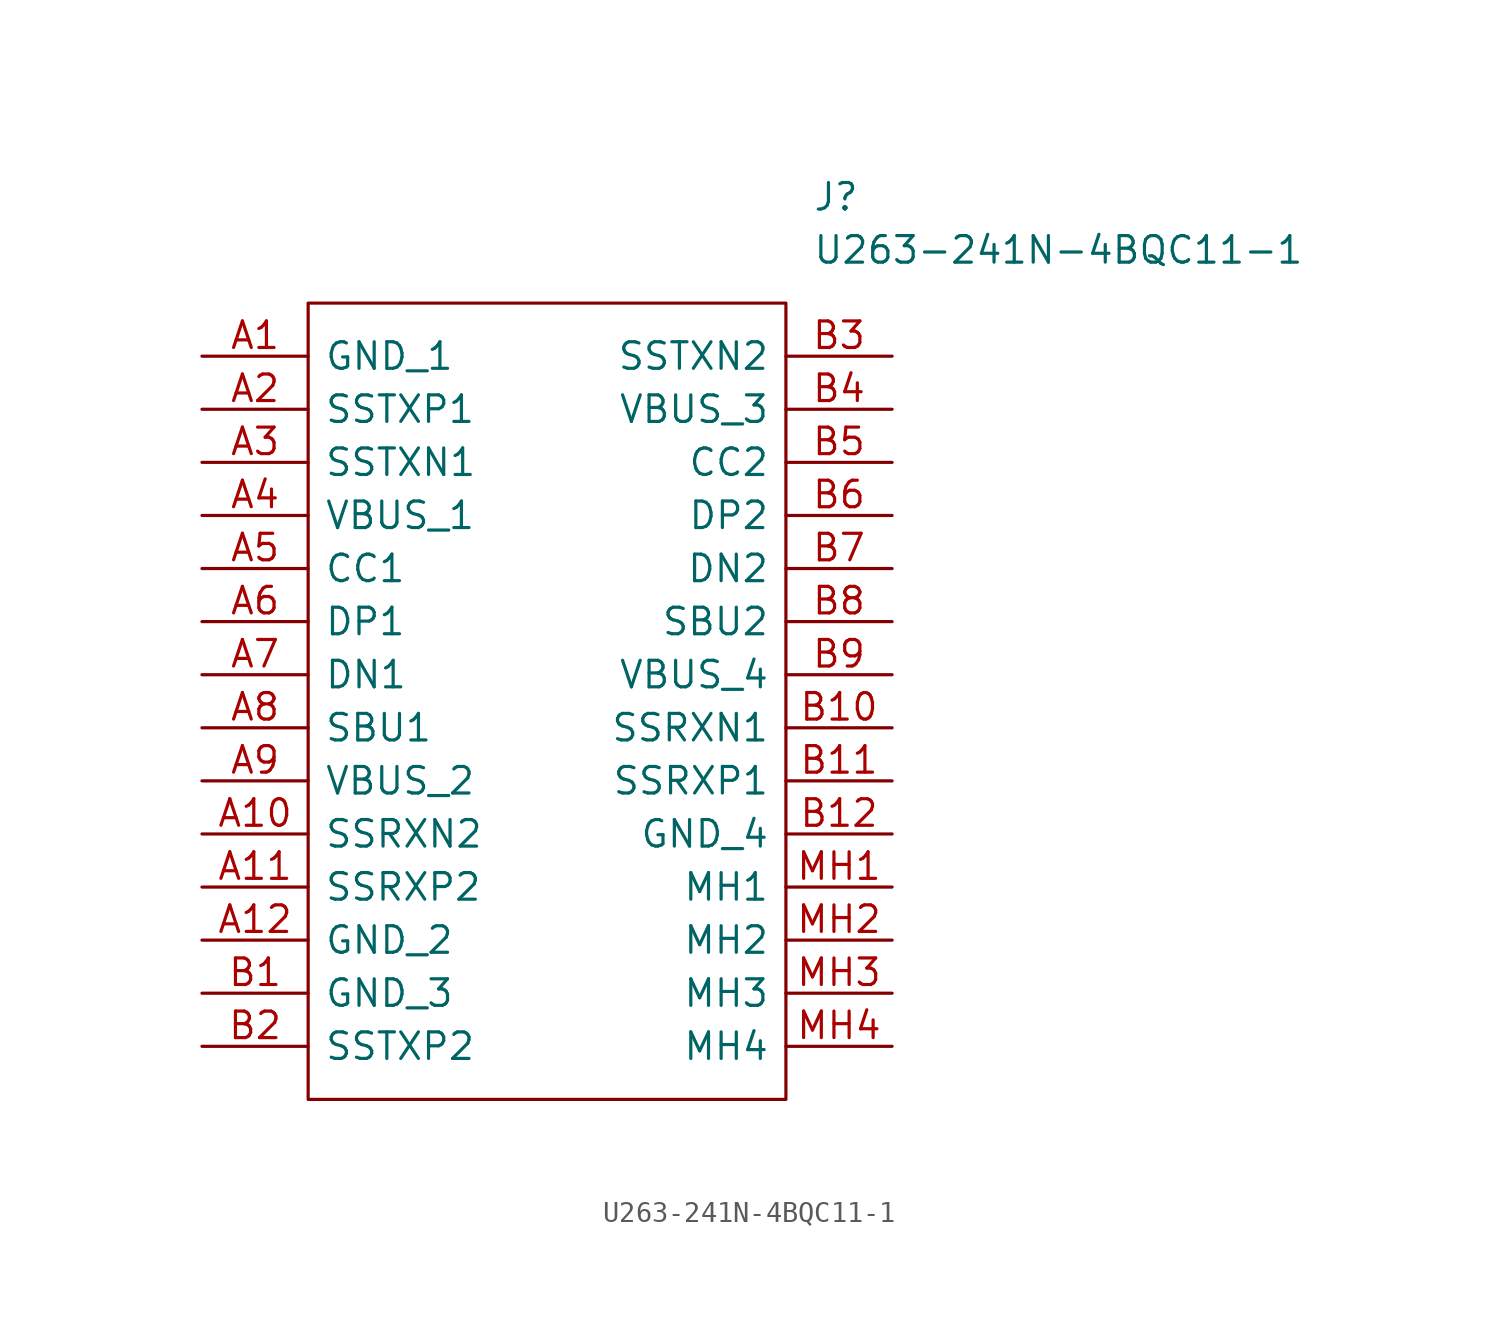
<source format=kicad_sym>
(kicad_symbol_lib
  (version 20211014)
  (generator kicad_symbol_editor)
  (symbol "U263-241N-4BQC11-1"
    (pin_names
      (offset 0.762))
    (property "Reference" "J"
      (at 29.21 7.62 0)
      (effects (font (size 1.27 1.27)) (justify left)))
    (property "Value" "U263-241N-4BQC11-1"
      (at 29.21 5.08 0)
      (effects (font (size 1.27 1.27)) (justify left)))
    (symbol "U263-241N-4BQC11-1_0_0"
      (pin passive line (at 0 0 0) (length 5.08) (name "GND_1" (effects (font (size 1.27 1.27)))) (number "A1" (effects (font (size 1.27 1.27)))))
      (pin passive line (at 0 -22.86 0) (length 5.08) (name "SSRXN2" (effects (font (size 1.27 1.27)))) (number "A10" (effects (font (size 1.27 1.27)))))
      (pin passive line (at 0 -25.4 0) (length 5.08) (name "SSRXP2" (effects (font (size 1.27 1.27)))) (number "A11" (effects (font (size 1.27 1.27)))))
      (pin passive line (at 0 -27.94 0) (length 5.08) (name "GND_2" (effects (font (size 1.27 1.27)))) (number "A12" (effects (font (size 1.27 1.27)))))
      (pin passive line (at 0 -2.54 0) (length 5.08) (name "SSTXP1" (effects (font (size 1.27 1.27)))) (number "A2" (effects (font (size 1.27 1.27)))))
      (pin passive line (at 0 -5.08 0) (length 5.08) (name "SSTXN1" (effects (font (size 1.27 1.27)))) (number "A3" (effects (font (size 1.27 1.27)))))
      (pin passive line (at 0 -7.62 0) (length 5.08) (name "VBUS_1" (effects (font (size 1.27 1.27)))) (number "A4" (effects (font (size 1.27 1.27)))))
      (pin passive line (at 0 -10.16 0) (length 5.08) (name "CC1" (effects (font (size 1.27 1.27)))) (number "A5" (effects (font (size 1.27 1.27)))))
      (pin passive line (at 0 -12.7 0) (length 5.08) (name "DP1" (effects (font (size 1.27 1.27)))) (number "A6" (effects (font (size 1.27 1.27)))))
      (pin passive line (at 0 -15.24 0) (length 5.08) (name "DN1" (effects (font (size 1.27 1.27)))) (number "A7" (effects (font (size 1.27 1.27)))))
      (pin passive line (at 0 -17.78 0) (length 5.08) (name "SBU1" (effects (font (size 1.27 1.27)))) (number "A8" (effects (font (size 1.27 1.27)))))
      (pin passive line (at 0 -20.32 0) (length 5.08) (name "VBUS_2" (effects (font (size 1.27 1.27)))) (number "A9" (effects (font (size 1.27 1.27)))))
      (pin passive line (at 0 -30.48 0) (length 5.08) (name "GND_3" (effects (font (size 1.27 1.27)))) (number "B1" (effects (font (size 1.27 1.27)))))
      (pin passive line (at 33.02 -17.78 180) (length 5.08) (name "SSRXN1" (effects (font (size 1.27 1.27)))) (number "B10" (effects (font (size 1.27 1.27)))))
      (pin passive line (at 33.02 -20.32 180) (length 5.08) (name "SSRXP1" (effects (font (size 1.27 1.27)))) (number "B11" (effects (font (size 1.27 1.27)))))
      (pin passive line (at 33.02 -22.86 180) (length 5.08) (name "GND_4" (effects (font (size 1.27 1.27)))) (number "B12" (effects (font (size 1.27 1.27)))))
      (pin passive line (at 0 -33.02 0) (length 5.08) (name "SSTXP2" (effects (font (size 1.27 1.27)))) (number "B2" (effects (font (size 1.27 1.27)))))
      (pin passive line (at 33.02 0 180) (length 5.08) (name "SSTXN2" (effects (font (size 1.27 1.27)))) (number "B3" (effects (font (size 1.27 1.27)))))
      (pin passive line (at 33.02 -2.54 180) (length 5.08) (name "VBUS_3" (effects (font (size 1.27 1.27)))) (number "B4" (effects (font (size 1.27 1.27)))))
      (pin passive line (at 33.02 -5.08 180) (length 5.08) (name "CC2" (effects (font (size 1.27 1.27)))) (number "B5" (effects (font (size 1.27 1.27)))))
      (pin passive line (at 33.02 -7.62 180) (length 5.08) (name "DP2" (effects (font (size 1.27 1.27)))) (number "B6" (effects (font (size 1.27 1.27)))))
      (pin passive line (at 33.02 -10.16 180) (length 5.08) (name "DN2" (effects (font (size 1.27 1.27)))) (number "B7" (effects (font (size 1.27 1.27)))))
      (pin passive line (at 33.02 -12.7 180) (length 5.08) (name "SBU2" (effects (font (size 1.27 1.27)))) (number "B8" (effects (font (size 1.27 1.27)))))
      (pin passive line (at 33.02 -15.24 180) (length 5.08) (name "VBUS_4" (effects (font (size 1.27 1.27)))) (number "B9" (effects (font (size 1.27 1.27)))))
      (pin passive line (at 33.02 -25.4 180) (length 5.08) (name "MH1" (effects (font (size 1.27 1.27)))) (number "MH1" (effects (font (size 1.27 1.27)))))
      (pin passive line (at 33.02 -27.94 180) (length 5.08) (name "MH2" (effects (font (size 1.27 1.27)))) (number "MH2" (effects (font (size 1.27 1.27)))))
      (pin passive line (at 33.02 -30.48 180) (length 5.08) (name "MH3" (effects (font (size 1.27 1.27)))) (number "MH3" (effects (font (size 1.27 1.27)))))
      (pin passive line (at 33.02 -33.02 180) (length 5.08) (name "MH4" (effects (font (size 1.27 1.27)))) (number "MH4" (effects (font (size 1.27 1.27))))))
    (symbol "U263-241N-4BQC11-1_0_1"
      (polyline (pts (xy 5.08 2.54) (xy 27.94 2.54) (xy 27.94 -35.56) (xy 5.08 -35.56) (xy 5.08 2.54)) (stroke (width 0.152) (type default) (color 0 0 0 0)) (fill (type none))))))
</source>
